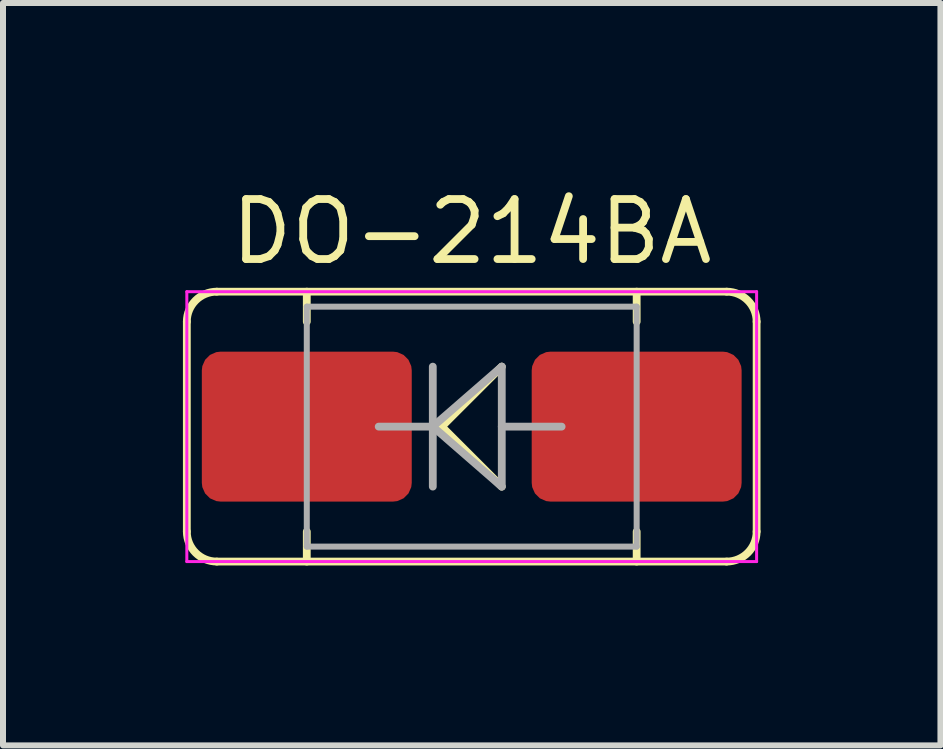
<source format=kicad_pcb>
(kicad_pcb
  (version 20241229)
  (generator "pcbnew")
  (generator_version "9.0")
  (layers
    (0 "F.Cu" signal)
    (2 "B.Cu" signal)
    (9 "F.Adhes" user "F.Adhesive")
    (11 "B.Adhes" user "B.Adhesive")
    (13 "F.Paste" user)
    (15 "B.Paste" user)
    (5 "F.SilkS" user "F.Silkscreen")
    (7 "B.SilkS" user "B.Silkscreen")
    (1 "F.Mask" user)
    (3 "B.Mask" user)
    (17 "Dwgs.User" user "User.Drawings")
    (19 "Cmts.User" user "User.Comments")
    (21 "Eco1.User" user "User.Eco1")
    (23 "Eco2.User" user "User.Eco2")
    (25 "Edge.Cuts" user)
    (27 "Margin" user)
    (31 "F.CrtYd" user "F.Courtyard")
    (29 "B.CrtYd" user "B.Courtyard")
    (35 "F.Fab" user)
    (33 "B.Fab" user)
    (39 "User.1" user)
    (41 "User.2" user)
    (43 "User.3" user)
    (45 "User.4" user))
  (footprint "DO-214BA"
    (layer "F.Cu")
    (at 4.815 4.063)
    (property "Reference" "DO-214BA" (at 0 -3.25 0) (layer "F.SilkS") (effects (font (size 1 1) (thickness 0.13))))
    (attr smd)
    (fp_line (start -4.75 -1.75) (end -4.75 1.75) (stroke (width 0.13) (type solid)) (layer "F.SilkS"))
    (fp_line (start -4.25 -2.25) (end 4.25 -2.25) (stroke (width 0.13) (type solid)) (layer "F.SilkS"))
    (fp_line (start -2.75 -1.75) (end -2.75 -2.25) (stroke (width 0.13) (type solid)) (layer "F.SilkS"))
    (fp_line (start -2.75 1.75) (end -2.75 2.25) (stroke (width 0.13) (type solid)) (layer "F.SilkS"))
    (fp_line (start -0.5 0) (end 0.5 -1) (stroke (width 0.13) (type solid)) (layer "F.SilkS"))
    (fp_line (start -0.5 0) (end 0.5 1) (stroke (width 0.13) (type solid)) (layer "F.SilkS"))
    (fp_line (start 2.75 -1.75) (end 2.75 -2.25) (stroke (width 0.13) (type solid)) (layer "F.SilkS"))
    (fp_line (start 2.75 1.75) (end 2.75 2.25) (stroke (width 0.13) (type solid)) (layer "F.SilkS"))
    (fp_line (start 4.25 2.25) (end -4.25 2.25) (stroke (width 0.13) (type solid)) (layer "F.SilkS"))
    (fp_line (start 4.75 1.75) (end 4.75 -1.75) (stroke (width 0.13) (type solid)) (layer "F.SilkS"))
    (fp_arc (start -4.75 -1.75) (mid -4.603553 -2.103553) (end -4.25 -2.25) (stroke (width 0.13) (type solid)) (layer "F.SilkS"))
    (fp_arc (start -4.25 2.25) (mid -4.603553 2.103553) (end -4.75 1.75) (stroke (width 0.13) (type solid)) (layer "F.SilkS"))
    (fp_arc (start 4.25 -2.25) (mid 4.603553 -2.103553) (end 4.75 -1.75) (stroke (width 0.13) (type solid)) (layer "F.SilkS"))
    (fp_arc (start 4.75 1.75) (mid 4.603553 2.103553) (end 4.25 2.25) (stroke (width 0.13) (type solid)) (layer "F.SilkS"))
    (fp_line (start -4.75 -2.25) (end 4.75 -2.25) (stroke (width 0.05) (type solid)) (layer "F.CrtYd"))
    (fp_line (start -4.75 2.25) (end -4.75 -2.25) (stroke (width 0.05) (type solid)) (layer "F.CrtYd"))
    (fp_line (start 4.75 -2.25) (end 4.75 2.25) (stroke (width 0.05) (type solid)) (layer "F.CrtYd"))
    (fp_line (start 4.75 2.25) (end -4.75 2.25) (stroke (width 0.05) (type solid)) (layer "F.CrtYd"))
    (fp_line (start -2.75 -2) (end 2.75 -2) (stroke (width 0.1) (type solid)) (layer "F.Fab"))
    (fp_line (start -2.75 2) (end -2.75 -2) (stroke (width 0.1) (type solid)) (layer "F.Fab"))
    (fp_line (start -0.649 -1) (end -0.649 1) (stroke (width 0.13) (type solid)) (layer "F.Fab"))
    (fp_line (start -0.649 0) (end -1.551 0) (stroke (width 0.13) (type solid)) (layer "F.Fab"))
    (fp_line (start -0.649 0) (end 0.5 1) (stroke (width 0.13) (type solid)) (layer "F.Fab"))
    (fp_line (start -0.649 0) (end 0.501 -1) (stroke (width 0.13) (type solid)) (layer "F.Fab"))
    (fp_line (start 0.501 0) (end 1.499 0) (stroke (width 0.13) (type solid)) (layer "F.Fab"))
    (fp_line (start 0.501 1) (end 0.501 -1) (stroke (width 0.13) (type solid)) (layer "F.Fab"))
    (fp_line (start 2.75 -2) (end 2.75 2) (stroke (width 0.1) (type solid)) (layer "F.Fab"))
    (fp_line (start 2.75 2) (end -2.75 2) (stroke (width 0.1) (type solid)) (layer "F.Fab"))
    (pad "1" smd roundrect (at -2.75 0) (size 3.5 2.5) (layers "F.Cu" "F.Mask" "F.Paste") (roundrect_rratio 0.125))
    (pad "2" smd roundrect (at 2.75 0) (size 3.5 2.5) (layers "F.Cu" "F.Mask" "F.Paste") (roundrect_rratio 0.125)))
  (gr_rect
    (start -3 -3)
    (end 12.63 9.378)
    (stroke (width 0.1) (type default))
    (fill no)
    (layer "Edge.Cuts")))
</source>
